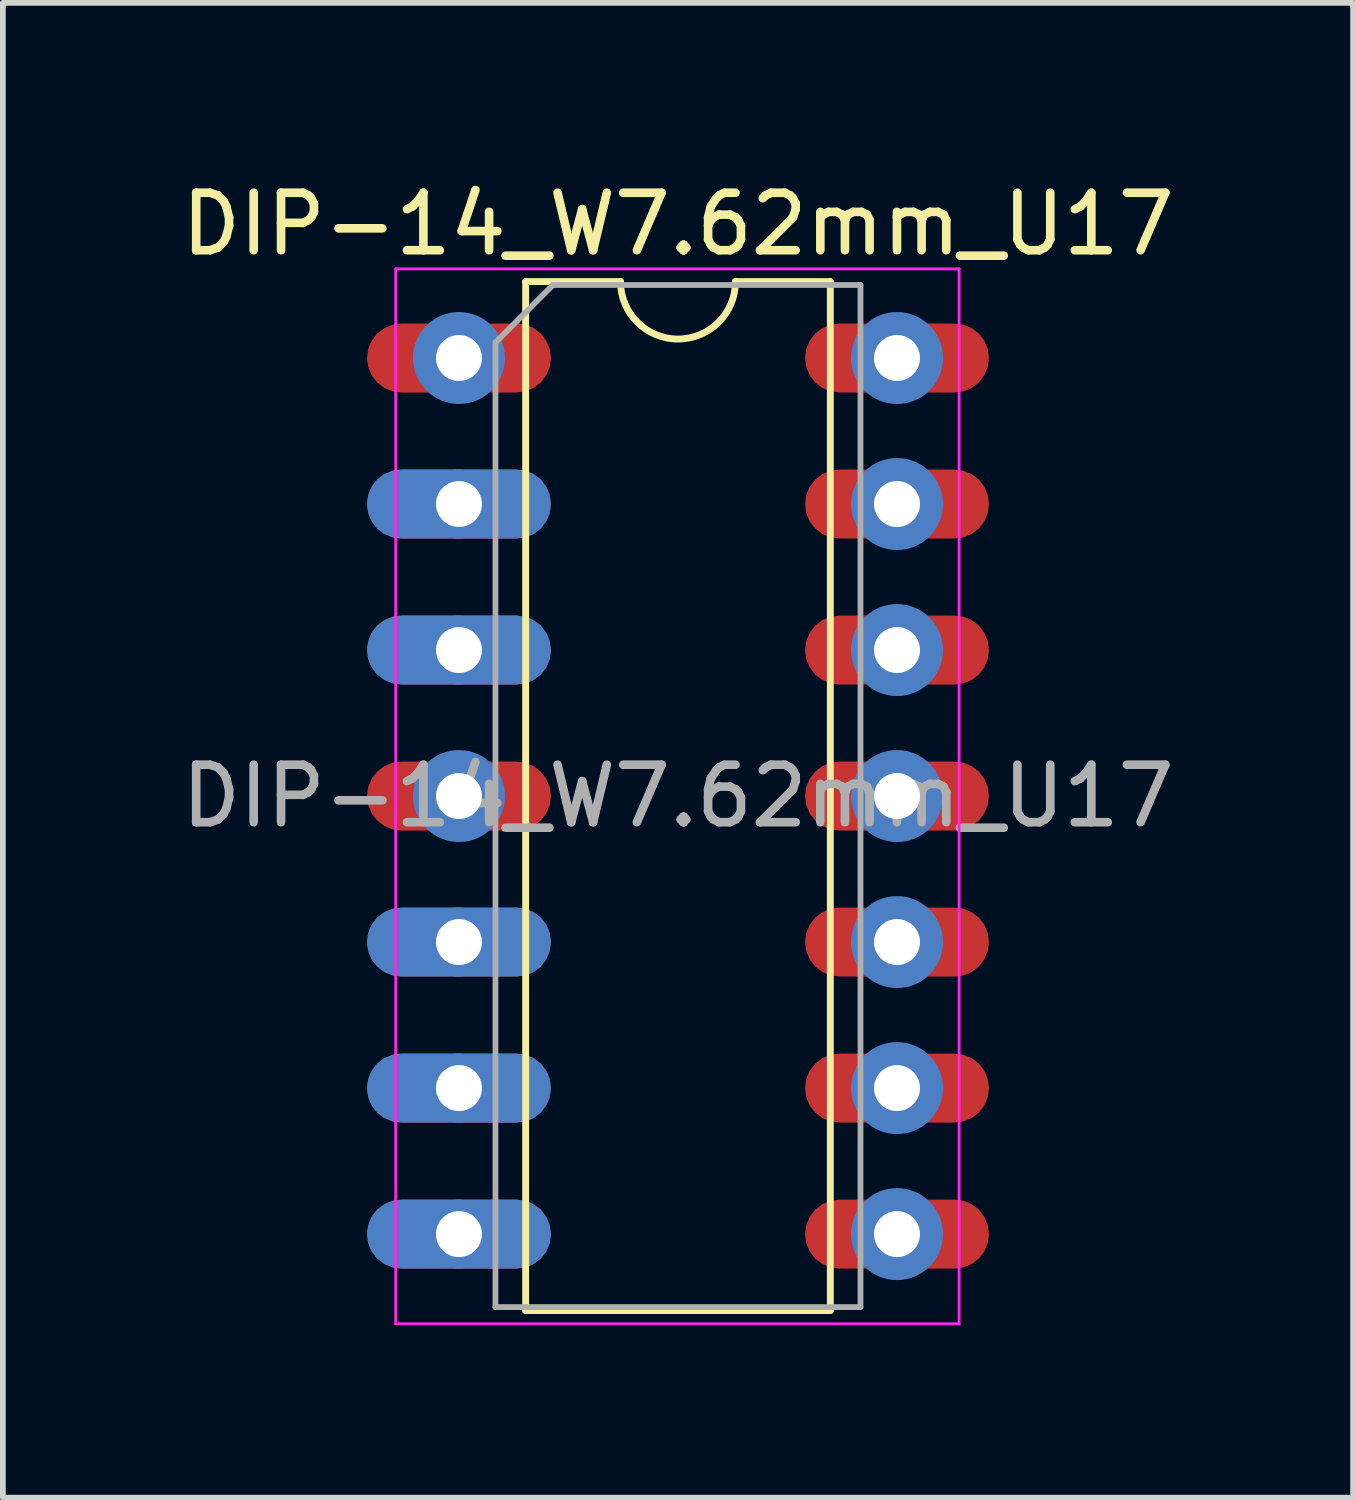
<source format=kicad_pcb>
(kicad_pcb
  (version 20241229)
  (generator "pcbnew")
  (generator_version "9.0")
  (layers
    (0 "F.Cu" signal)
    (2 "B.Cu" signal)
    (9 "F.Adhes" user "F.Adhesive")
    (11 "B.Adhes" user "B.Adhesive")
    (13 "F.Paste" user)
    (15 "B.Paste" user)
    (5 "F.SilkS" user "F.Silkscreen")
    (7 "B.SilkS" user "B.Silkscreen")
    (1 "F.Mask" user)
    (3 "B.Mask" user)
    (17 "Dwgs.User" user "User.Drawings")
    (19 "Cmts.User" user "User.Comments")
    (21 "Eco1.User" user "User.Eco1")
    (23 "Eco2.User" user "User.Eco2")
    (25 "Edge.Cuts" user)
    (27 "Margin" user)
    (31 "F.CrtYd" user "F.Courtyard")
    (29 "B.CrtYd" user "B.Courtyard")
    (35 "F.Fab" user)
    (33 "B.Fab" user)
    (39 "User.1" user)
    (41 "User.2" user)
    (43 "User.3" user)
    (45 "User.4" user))
  (footprint "DIP-14_W7.62mm_U17"
    (layer "F.Cu")
    (at 4.934 3.178)
    (property "Reference" "DIP-14_W7.62mm_U17" (at 3.81 -2.33 0) (layer "F.SilkS") (effects (font (size 1 1) (thickness 0.15))))
    (attr through_hole)
    (fp_rect (start 1.9 -0.7) (end -1.9 0.7) (stroke (width 0) (type solid)) (fill yes) (layer "F.Mask"))
    (fp_rect (start 1.9 1.84) (end -1.9 3.24) (stroke (width 0) (type solid)) (fill yes) (layer "F.Mask"))
    (fp_rect (start 1.9 4.38) (end -1.9 5.78) (stroke (width 0) (type solid)) (fill yes) (layer "F.Mask"))
    (fp_rect (start 1.9 6.92) (end -1.9 8.32) (stroke (width 0) (type solid)) (fill yes) (layer "F.Mask"))
    (fp_rect (start 1.9 9.46) (end -1.9 10.86) (stroke (width 0) (type solid)) (fill yes) (layer "F.Mask"))
    (fp_rect (start 1.9 12) (end -1.9 13.4) (stroke (width 0) (type solid)) (fill yes) (layer "F.Mask"))
    (fp_rect (start 1.9 14.54) (end -1.9 15.94) (stroke (width 0) (type solid)) (fill yes) (layer "F.Mask"))
    (fp_rect (start 9.52 -0.7) (end 5.72 0.7) (stroke (width 0) (type solid)) (fill yes) (layer "F.Mask"))
    (fp_rect (start 9.52 1.84) (end 5.72 3.24) (stroke (width 0) (type solid)) (fill yes) (layer "F.Mask"))
    (fp_rect (start 9.52 4.38) (end 5.72 5.78) (stroke (width 0) (type solid)) (fill yes) (layer "F.Mask"))
    (fp_rect (start 9.52 6.92) (end 5.72 8.32) (stroke (width 0) (type solid)) (fill yes) (layer "F.Mask"))
    (fp_rect (start 9.52 9.46) (end 5.72 10.86) (stroke (width 0) (type solid)) (fill yes) (layer "F.Mask"))
    (fp_rect (start 9.52 12) (end 5.72 13.4) (stroke (width 0) (type solid)) (fill yes) (layer "F.Mask"))
    (fp_rect (start 9.52 14.54) (end 5.72 15.94) (stroke (width 0) (type solid)) (fill yes) (layer "F.Mask"))
    (fp_rect (start -1.9 1.84) (end 1.9 3.24) (stroke (width 0) (type solid)) (fill yes) (layer "B.Mask"))
    (fp_rect (start -1.9 4.38) (end 1.9 5.78) (stroke (width 0) (type solid)) (fill yes) (layer "B.Mask"))
    (fp_rect (start -1.9 9.46) (end 1.9 10.86) (stroke (width 0) (type solid)) (fill yes) (layer "B.Mask"))
    (fp_rect (start -1.9 12) (end 1.9 13.4) (stroke (width 0) (type solid)) (fill yes) (layer "B.Mask"))
    (fp_rect (start -1.9 14.54) (end 1.9 15.94) (stroke (width 0) (type solid)) (fill yes) (layer "B.Mask"))
    (fp_rect (start 6.42 0) (end 8.82 15.24) (stroke (width 0) (type solid)) (fill yes) (layer "B.Mask"))
    (fp_circle (center 0 0) (end -1.2 0) (stroke (width 0) (type solid)) (fill yes) (layer "B.Mask"))
    (fp_circle (center 0 7.62) (end 1.2 7.62) (stroke (width 0) (type solid)) (fill yes) (layer "B.Mask"))
    (fp_circle (center 7.62 0) (end 6.42 0) (stroke (width 0) (type solid)) (fill yes) (layer "B.Mask"))
    (fp_circle (center 7.62 15.24) (end 6.42 15.24) (stroke (width 0) (type solid)) (fill yes) (layer "B.Mask"))
    (fp_line (start 1.16 -1.33) (end 1.16 16.57) (stroke (width 0.12) (type solid)) (layer "F.SilkS"))
    (fp_line (start 1.16 16.57) (end 6.46 16.57) (stroke (width 0.12) (type solid)) (layer "F.SilkS"))
    (fp_line (start 2.81 -1.33) (end 1.16 -1.33) (stroke (width 0.12) (type solid)) (layer "F.SilkS"))
    (fp_line (start 6.46 -1.33) (end 4.81 -1.33) (stroke (width 0.12) (type solid)) (layer "F.SilkS"))
    (fp_line (start 6.46 16.57) (end 6.46 -1.33) (stroke (width 0.12) (type solid)) (layer "F.SilkS"))
    (fp_arc (start 4.81 -1.33) (mid 3.81 -0.33) (end 2.81 -1.33) (stroke (width 0.12) (type solid)) (layer "F.SilkS"))
    (fp_line (start -1.1 -1.55) (end -1.1 16.8) (stroke (width 0.05) (type solid)) (layer "F.CrtYd"))
    (fp_line (start -1.1 16.8) (end 8.7 16.8) (stroke (width 0.05) (type solid)) (layer "F.CrtYd"))
    (fp_line (start 8.7 -1.55) (end -1.1 -1.55) (stroke (width 0.05) (type solid)) (layer "F.CrtYd"))
    (fp_line (start 8.7 16.8) (end 8.7 -1.55) (stroke (width 0.05) (type solid)) (layer "F.CrtYd"))
    (fp_line (start 0.635 -0.27) (end 1.635 -1.27) (stroke (width 0.1) (type solid)) (layer "F.Fab"))
    (fp_line (start 0.635 16.51) (end 0.635 -0.27) (stroke (width 0.1) (type solid)) (layer "F.Fab"))
    (fp_line (start 1.635 -1.27) (end 6.985 -1.27) (stroke (width 0.1) (type solid)) (layer "F.Fab"))
    (fp_line (start 6.985 -1.27) (end 6.985 16.51) (stroke (width 0.1) (type solid)) (layer "F.Fab"))
    (fp_line (start 6.985 16.51) (end 0.635 16.51) (stroke (width 0.1) (type solid)) (layer "F.Fab"))
    (fp_text user "${REFERENCE}" (at 3.81 7.62 0) (layer "F.Fab") (effects (font (size 1 1) (thickness 0.15))))
    (pad "1" thru_hole oval (at 0 0) (size 1.2 1.2) (drill 0.8) (layers "*.Cu" "*.Mask"))
    (pad "1" smd circle (at 0 0) (size 1.6 1.6) (layers "B.Cu"))
    (pad "1" smd roundrect (at 0 0) (size 3.2 1.2) (layers "F.Cu" "F.Mask") (roundrect_rratio 0.5))
    (pad "2" thru_hole oval (at 0 2.54) (size 1.2 1.2) (drill 0.8) (layers "*.Cu" "*.Mask"))
    (pad "2" smd roundrect (at 0 2.54) (size 3.2 1.2) (layers "F.Cu" "F.Mask") (roundrect_rratio 0.5))
    (pad "2" smd roundrect (at 0 2.54) (size 3.2 1.2) (layers "B.Cu") (roundrect_rratio 0.5))
    (pad "3" thru_hole oval (at 0 5.08) (size 1.2 1.2) (drill 0.8) (layers "*.Cu" "*.Mask"))
    (pad "3" smd roundrect (at 0 5.08) (size 3.2 1.2) (layers "F.Cu" "F.Mask") (roundrect_rratio 0.5))
    (pad "3" smd roundrect (at 0 5.08) (size 3.2 1.2) (layers "B.Cu") (roundrect_rratio 0.5))
    (pad "4" thru_hole oval (at 0 7.62) (size 1.2 1.2) (drill 0.8) (layers "*.Cu" "*.Mask"))
    (pad "4" smd circle (at 0 7.62) (size 1.6 1.6) (layers "B.Cu"))
    (pad "4" smd roundrect (at 0 7.62) (size 3.2 1.2) (layers "F.Cu" "F.Mask") (roundrect_rratio 0.5))
    (pad "5" thru_hole oval (at 0 10.16) (size 1.2 1.2) (drill 0.8) (layers "*.Cu" "*.Mask"))
    (pad "5" smd roundrect (at 0 10.16) (size 3.2 1.2) (layers "F.Cu" "F.Mask") (roundrect_rratio 0.5))
    (pad "5" smd roundrect (at 0 10.16) (size 3.2 1.2) (layers "B.Cu") (roundrect_rratio 0.5))
    (pad "6" thru_hole oval (at 0 12.7) (size 1.2 1.2) (drill 0.8) (layers "*.Cu" "*.Mask"))
    (pad "6" smd roundrect (at 0 12.7) (size 3.2 1.2) (layers "F.Cu" "F.Mask") (roundrect_rratio 0.5))
    (pad "6" smd roundrect (at 0 12.7) (size 3.2 1.2) (layers "B.Cu") (roundrect_rratio 0.5))
    (pad "7" thru_hole oval (at 0 15.24) (size 1.2 1.2) (drill 0.8) (layers "*.Cu" "*.Mask"))
    (pad "7" smd roundrect (at 0 15.24) (size 3.2 1.2) (layers "F.Cu" "F.Mask") (roundrect_rratio 0.5))
    (pad "7" smd roundrect (at 0 15.24) (size 3.2 1.2) (layers "B.Cu") (roundrect_rratio 0.5))
    (pad "8" thru_hole oval (at 7.62 15.24) (size 1.2 1.2) (drill 0.8) (layers "*.Cu" "*.Mask"))
    (pad "8" smd circle (at 7.62 15.24) (size 1.6 1.6) (layers "B.Cu"))
    (pad "8" smd roundrect (at 7.62 15.24) (size 3.2 1.2) (layers "F.Cu" "F.Mask") (roundrect_rratio 0.5))
    (pad "9" thru_hole oval (at 7.62 12.7) (size 1.2 1.2) (drill 0.8) (layers "*.Cu" "*.Mask"))
    (pad "9" smd circle (at 7.62 12.7) (size 1.6 1.6) (layers "B.Cu"))
    (pad "9" smd roundrect (at 7.62 12.7) (size 3.2 1.2) (layers "F.Cu" "F.Mask") (roundrect_rratio 0.5))
    (pad "10" thru_hole oval (at 7.62 10.16) (size 1.2 1.2) (drill 0.8) (layers "*.Cu" "*.Mask"))
    (pad "10" smd circle (at 7.62 10.16) (size 1.6 1.6) (layers "B.Cu"))
    (pad "10" smd roundrect (at 7.62 10.16) (size 3.2 1.2) (layers "F.Cu" "F.Mask") (roundrect_rratio 0.5))
    (pad "11" thru_hole oval (at 7.62 7.62) (size 1.2 1.2) (drill 0.8) (layers "*.Cu" "*.Mask"))
    (pad "11" smd circle (at 7.62 7.62) (size 1.6 1.6) (layers "B.Cu"))
    (pad "11" smd roundrect (at 7.62 7.62) (size 3.2 1.2) (layers "F.Cu" "F.Mask") (roundrect_rratio 0.5))
    (pad "12" thru_hole oval (at 7.62 5.08) (size 1.2 1.2) (drill 0.8) (layers "*.Cu" "*.Mask"))
    (pad "12" smd circle (at 7.62 5.08) (size 1.6 1.6) (layers "B.Cu"))
    (pad "12" smd roundrect (at 7.62 5.08) (size 3.2 1.2) (layers "F.Cu" "F.Mask") (roundrect_rratio 0.5))
    (pad "13" thru_hole oval (at 7.62 2.54) (size 1.2 1.2) (drill 0.8) (layers "*.Cu" "*.Mask"))
    (pad "13" smd circle (at 7.62 2.54) (size 1.6 1.6) (layers "B.Cu"))
    (pad "13" smd roundrect (at 7.62 2.54) (size 3.2 1.2) (layers "F.Cu" "F.Mask") (roundrect_rratio 0.5))
    (pad "14" thru_hole oval (at 7.62 0) (size 1.2 1.2) (drill 0.8) (layers "*.Cu" "*.Mask"))
    (pad "14" smd circle (at 7.62 0) (size 1.6 1.6) (layers "B.Cu"))
    (pad "14" smd roundrect (at 7.62 0) (size 3.2 1.2) (layers "F.Cu" "F.Mask") (roundrect_rratio 0.5)))
  (gr_rect
    (start -3 -3)
    (end 20.488 23.003)
    (stroke (width 0.1) (type default))
    (fill no)
    (layer "Edge.Cuts")))
</source>
